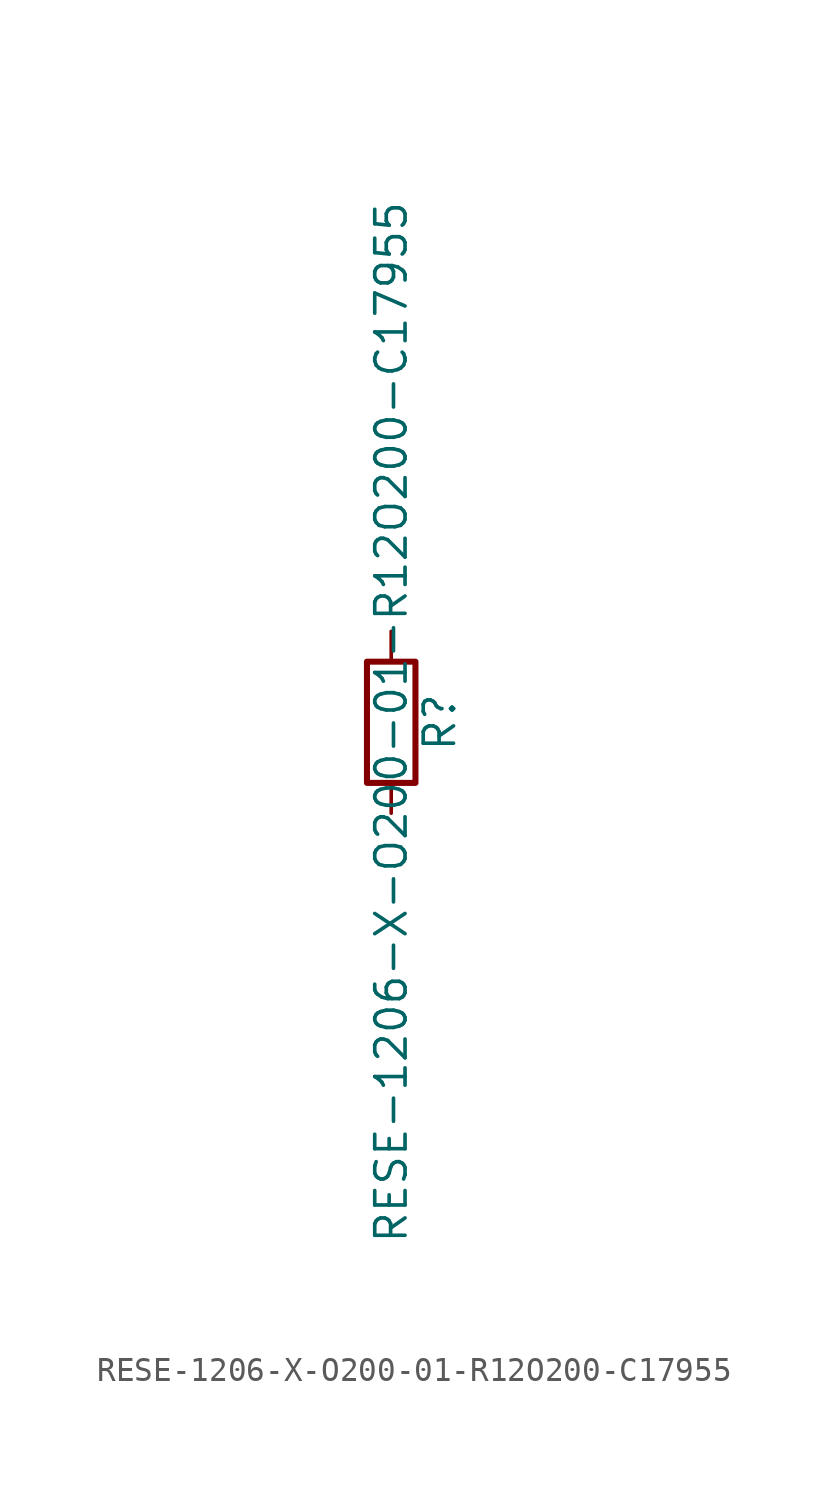
<source format=kicad_sym>
(kicad_symbol_lib
  (version 20211014)
  (generator kicad_symbol_editor)
  (symbol "RESE-1206-X-O200-01-R12O200-C17955"
    (pin_numbers hide)
    (pin_names
      (offset 0))
    (property "Reference" "R"
      (at 2.032 0 90)
      (effects (font (size 1.27 1.27))))
    (property "Value" "RESE-1206-X-O200-01-R12O200-C17955"
      (at 0 0 90)
      (effects (font (size 1.27 1.27))))
    (symbol "RESE-1206-X-O200-01-R12O200-C17955_0_1"
      (rectangle (start -1.016 -2.54) (end 1.016 2.54) (stroke (width 0.254) (type default) (color 0 0 0 0)) (fill (type none))))
    (symbol "RESE-1206-X-O200-01-R12O200-C17955_1_1"
      (pin passive line (at 0 3.81 270) (length 1.27) (name "~" (effects (font (size 1.27 1.27)))) (number "1" (effects (font (size 1.27 1.27)))))
      (pin passive line (at 0 -3.81 90) (length 1.27) (name "~" (effects (font (size 1.27 1.27)))) (number "2" (effects (font (size 1.27 1.27))))))))
</source>
